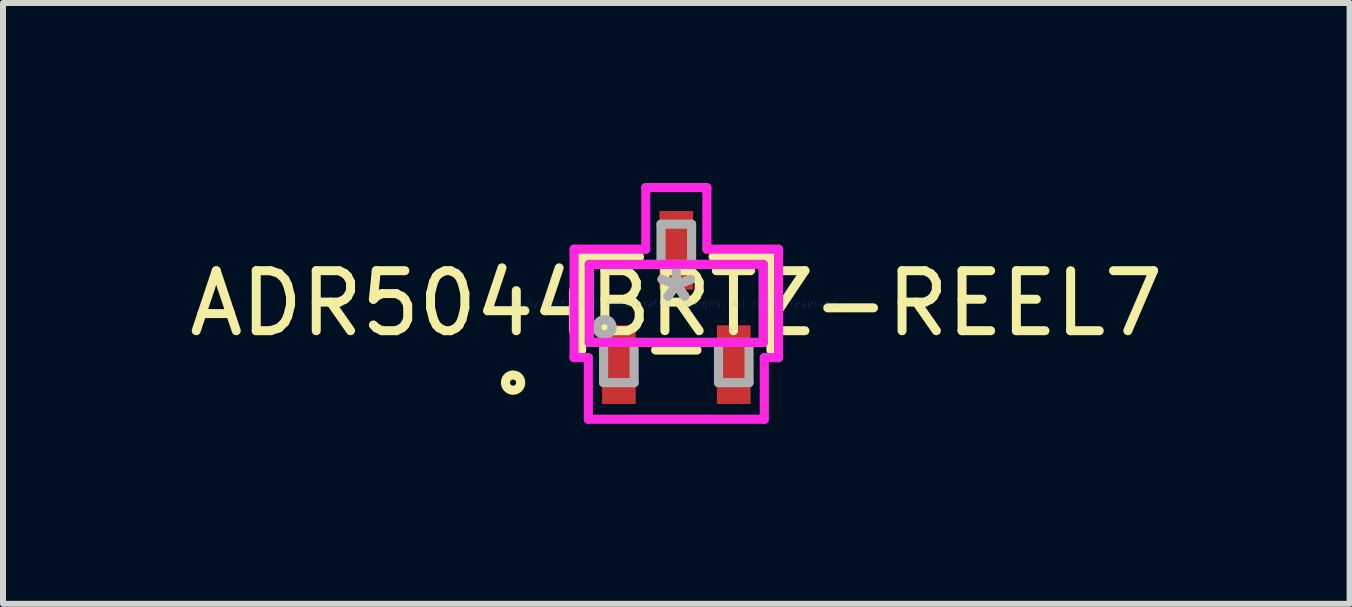
<source format=kicad_pcb>
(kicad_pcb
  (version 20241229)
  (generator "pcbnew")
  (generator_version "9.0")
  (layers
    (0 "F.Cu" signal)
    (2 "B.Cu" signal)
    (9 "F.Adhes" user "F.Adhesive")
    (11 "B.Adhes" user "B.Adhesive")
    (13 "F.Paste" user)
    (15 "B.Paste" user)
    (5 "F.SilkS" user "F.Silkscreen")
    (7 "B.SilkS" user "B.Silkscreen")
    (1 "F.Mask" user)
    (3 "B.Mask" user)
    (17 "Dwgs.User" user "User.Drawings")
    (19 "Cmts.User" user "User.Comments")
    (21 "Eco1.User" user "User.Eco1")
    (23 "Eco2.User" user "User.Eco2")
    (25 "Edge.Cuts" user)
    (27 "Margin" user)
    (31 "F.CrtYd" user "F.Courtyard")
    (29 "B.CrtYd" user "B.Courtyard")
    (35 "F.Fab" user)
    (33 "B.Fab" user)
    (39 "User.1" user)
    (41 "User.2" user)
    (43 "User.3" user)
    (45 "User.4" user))
  (footprint "ADR5044BRTZ-REEL7"
    (layer "F.Cu")
    (at 8.22 2.006)
    (property "Reference" "ADR5044BRTZ-REEL7" (at 0 0 0) (layer "F.SilkS") (effects (font (size 1 1) (thickness 0.15))))
    (attr through_hole)
    (fp_line (start -1.577 -0.777) (end -1.577 0.777) (stroke (width 0.152) (type solid)) (layer "F.SilkS"))
    (fp_line (start -0.613 -0.777) (end -1.577 -0.777) (stroke (width 0.152) (type solid)) (layer "F.SilkS"))
    (fp_line (start -0.344 0.777) (end 0.344 0.777) (stroke (width 0.152) (type solid)) (layer "F.SilkS"))
    (fp_line (start 1.577 -0.777) (end 0.613 -0.777) (stroke (width 0.152) (type solid)) (layer "F.SilkS"))
    (fp_line (start 1.577 0.777) (end 1.577 -0.777) (stroke (width 0.152) (type solid)) (layer "F.SilkS"))
    (fp_circle (center -2.72 1.32) (end -2.593 1.32) (stroke (width 0.152) (type solid)) (fill no) (layer "F.SilkS"))
    (fp_line (start -1.704 -0.904) (end -0.509 -0.904) (stroke (width 0.152) (type solid)) (layer "F.CrtYd"))
    (fp_line (start -1.704 0.904) (end -1.704 -0.904) (stroke (width 0.152) (type solid)) (layer "F.CrtYd"))
    (fp_line (start -1.466 0.904) (end -1.704 0.904) (stroke (width 0.152) (type solid)) (layer "F.CrtYd"))
    (fp_line (start -1.466 1.93) (end -1.466 0.904) (stroke (width 0.152) (type solid)) (layer "F.CrtYd"))
    (fp_line (start -1.45 -0.65) (end 1.45 -0.65) (stroke (width 0.152) (type solid)) (layer "F.CrtYd"))
    (fp_line (start -1.45 0.65) (end -1.45 -0.65) (stroke (width 0.152) (type solid)) (layer "F.CrtYd"))
    (fp_line (start -0.509 -1.93) (end 0.509 -1.93) (stroke (width 0.152) (type solid)) (layer "F.CrtYd"))
    (fp_line (start -0.509 -0.904) (end -0.509 -1.93) (stroke (width 0.152) (type solid)) (layer "F.CrtYd"))
    (fp_line (start 0.509 -1.93) (end 0.509 -0.904) (stroke (width 0.152) (type solid)) (layer "F.CrtYd"))
    (fp_line (start 0.509 -0.904) (end 1.704 -0.904) (stroke (width 0.152) (type solid)) (layer "F.CrtYd"))
    (fp_line (start 1.45 -0.65) (end 1.45 0.65) (stroke (width 0.152) (type solid)) (layer "F.CrtYd"))
    (fp_line (start 1.45 0.65) (end -1.45 0.65) (stroke (width 0.152) (type solid)) (layer "F.CrtYd"))
    (fp_line (start 1.466 0.904) (end 1.466 1.93) (stroke (width 0.152) (type solid)) (layer "F.CrtYd"))
    (fp_line (start 1.466 1.93) (end -1.466 1.93) (stroke (width 0.152) (type solid)) (layer "F.CrtYd"))
    (fp_line (start 1.704 -0.904) (end 1.704 0.904) (stroke (width 0.152) (type solid)) (layer "F.CrtYd"))
    (fp_line (start 1.704 0.904) (end 1.466 0.904) (stroke (width 0.152) (type solid)) (layer "F.CrtYd"))
    (fp_line (start -1.45 -0.65) (end -1.45 0.65) (stroke (width 0.152) (type solid)) (layer "F.Fab"))
    (fp_line (start -1.45 0.65) (end 1.45 0.65) (stroke (width 0.152) (type solid)) (layer "F.Fab"))
    (fp_line (start -1.212 0.65) (end -1.212 1.32) (stroke (width 0.152) (type solid)) (layer "F.Fab"))
    (fp_line (start -1.212 1.32) (end -0.703 1.32) (stroke (width 0.152) (type solid)) (layer "F.Fab"))
    (fp_line (start -0.703 0.65) (end -1.212 0.65) (stroke (width 0.152) (type solid)) (layer "F.Fab"))
    (fp_line (start -0.703 1.32) (end -0.703 0.65) (stroke (width 0.152) (type solid)) (layer "F.Fab"))
    (fp_line (start -0.255 -1.32) (end -0.255 -0.65) (stroke (width 0.152) (type solid)) (layer "F.Fab"))
    (fp_line (start -0.255 -0.65) (end 0.255 -0.65) (stroke (width 0.152) (type solid)) (layer "F.Fab"))
    (fp_line (start 0.255 -1.32) (end -0.255 -1.32) (stroke (width 0.152) (type solid)) (layer "F.Fab"))
    (fp_line (start 0.255 -0.65) (end 0.255 -1.32) (stroke (width 0.152) (type solid)) (layer "F.Fab"))
    (fp_line (start 0.703 0.65) (end 0.703 1.32) (stroke (width 0.152) (type solid)) (layer "F.Fab"))
    (fp_line (start 0.703 1.32) (end 1.212 1.32) (stroke (width 0.152) (type solid)) (layer "F.Fab"))
    (fp_line (start 1.212 0.65) (end 0.703 0.65) (stroke (width 0.152) (type solid)) (layer "F.Fab"))
    (fp_line (start 1.212 1.32) (end 1.212 0.65) (stroke (width 0.152) (type solid)) (layer "F.Fab"))
    (fp_line (start 1.45 -0.65) (end -1.45 -0.65) (stroke (width 0.152) (type solid)) (layer "F.Fab"))
    (fp_line (start 1.45 0.65) (end 1.45 -0.65) (stroke (width 0.152) (type solid)) (layer "F.Fab"))
    (fp_circle (center -1.196 0.396) (end -1.069 0.396) (stroke (width 0.152) (type solid)) (fill no) (layer "F.Fab"))
    (fp_text user "*" (at 0 0 0) (layer "F.SilkS") (effects (font (size 1 1) (thickness 0.15))))
    (fp_text user "Copyright 2016 Accelerated Designs. All rights reserved." (at 0 0 0) (layer "Cmts.User") (effects (font (size 0.127 0.127) (thickness 0.002))))
    (fp_text user "*" (at 0 0 0) (layer "F.Fab") (effects (font (size 1 1) (thickness 0.15))))
    (pad "1" smd rect (at -0.957 1.02) (size 0.561 1.311) (layers "F.Cu" "F.Mask" "F.Paste"))
    (pad "2" smd rect (at 0.957 1.02) (size 0.561 1.311) (layers "F.Cu" "F.Mask" "F.Paste"))
    (pad "3" smd rect (at 0 -0.885) (size 0.561 1.311) (layers "F.Cu" "F.Mask" "F.Paste")))
  (gr_rect
    (start -3 -3)
    (end 19.44 7.012)
    (stroke (width 0.1) (type default))
    (fill no)
    (layer "Edge.Cuts")))
</source>
